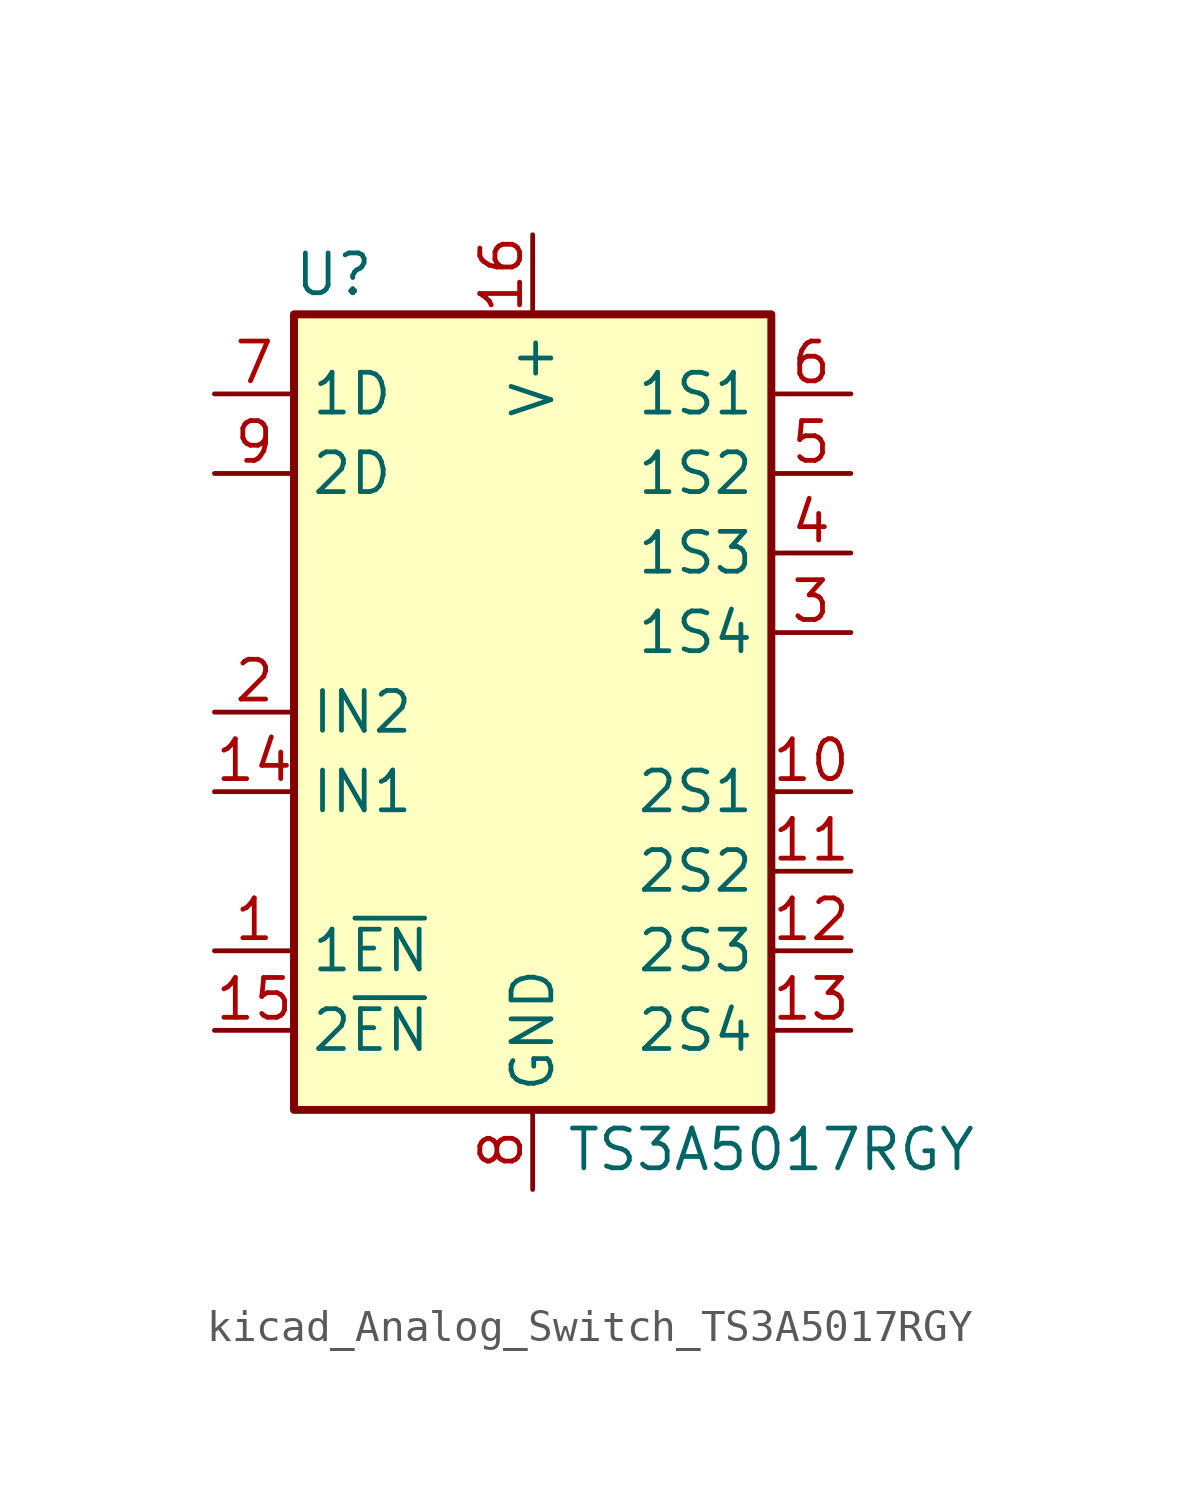
<source format=kicad_sym>
(kicad_symbol_lib
  (version 20220914)
  (generator kicad_symbol_editor)
  (symbol "kicad_Analog_Switch_TS3A5017RGY"
    (property "Reference" "U"
      (at -6.35 13.97 0)
      (effects (font (size 1.27 1.27))))
    (property "Value" "TS3A5017RGY"
      (at 7.62 -13.97 0)
      (effects (font (size 1.27 1.27))))
    (symbol "kicad_Analog_Switch_TS3A5017RGY_0_1"
      (rectangle (start -7.62 12.7) (end 7.62 -12.7) (stroke (width 0.254) (type default)) (fill (type background))))
    (symbol "kicad_Analog_Switch_TS3A5017RGY_1_1"
      (pin input line (at -10.16 -7.62 0) (length 2.54) (name "1~{EN}" (effects (font (size 1.27 1.27)))) (number "1" (effects (font (size 1.27 1.27)))))
      (pin bidirectional line (at 10.16 -2.54 180) (length 2.54) (name "2S1" (effects (font (size 1.27 1.27)))) (number "10" (effects (font (size 1.27 1.27)))))
      (pin bidirectional line (at 10.16 -5.08 180) (length 2.54) (name "2S2" (effects (font (size 1.27 1.27)))) (number "11" (effects (font (size 1.27 1.27)))))
      (pin bidirectional line (at 10.16 -7.62 180) (length 2.54) (name "2S3" (effects (font (size 1.27 1.27)))) (number "12" (effects (font (size 1.27 1.27)))))
      (pin bidirectional line (at 10.16 -10.16 180) (length 2.54) (name "2S4" (effects (font (size 1.27 1.27)))) (number "13" (effects (font (size 1.27 1.27)))))
      (pin input line (at -10.16 -2.54 0) (length 2.54) (name "IN1" (effects (font (size 1.27 1.27)))) (number "14" (effects (font (size 1.27 1.27)))))
      (pin input line (at -10.16 -10.16 0) (length 2.54) (name "2~{EN}" (effects (font (size 1.27 1.27)))) (number "15" (effects (font (size 1.27 1.27)))))
      (pin power_in line (at 0 15.24 270) (length 2.54) (name "V+" (effects (font (size 1.27 1.27)))) (number "16" (effects (font (size 1.27 1.27)))))
      (pin passive line (at 0 -15.24 90) (length 2.54) hide (name "GND" (effects (font (size 1.27 1.27)))) (number "17" (effects (font (size 1.27 1.27)))))
      (pin input line (at -10.16 0 0) (length 2.54) (name "IN2" (effects (font (size 1.27 1.27)))) (number "2" (effects (font (size 1.27 1.27)))))
      (pin bidirectional line (at 10.16 2.54 180) (length 2.54) (name "1S4" (effects (font (size 1.27 1.27)))) (number "3" (effects (font (size 1.27 1.27)))))
      (pin bidirectional line (at 10.16 5.08 180) (length 2.54) (name "1S3" (effects (font (size 1.27 1.27)))) (number "4" (effects (font (size 1.27 1.27)))))
      (pin bidirectional line (at 10.16 7.62 180) (length 2.54) (name "1S2" (effects (font (size 1.27 1.27)))) (number "5" (effects (font (size 1.27 1.27)))))
      (pin bidirectional line (at 10.16 10.16 180) (length 2.54) (name "1S1" (effects (font (size 1.27 1.27)))) (number "6" (effects (font (size 1.27 1.27)))))
      (pin bidirectional line (at -10.16 10.16 0) (length 2.54) (name "1D" (effects (font (size 1.27 1.27)))) (number "7" (effects (font (size 1.27 1.27)))))
      (pin power_in line (at 0 -15.24 90) (length 2.54) (name "GND" (effects (font (size 1.27 1.27)))) (number "8" (effects (font (size 1.27 1.27)))))
      (pin bidirectional line (at -10.16 7.62 0) (length 2.54) (name "2D" (effects (font (size 1.27 1.27)))) (number "9" (effects (font (size 1.27 1.27))))))))
</source>
